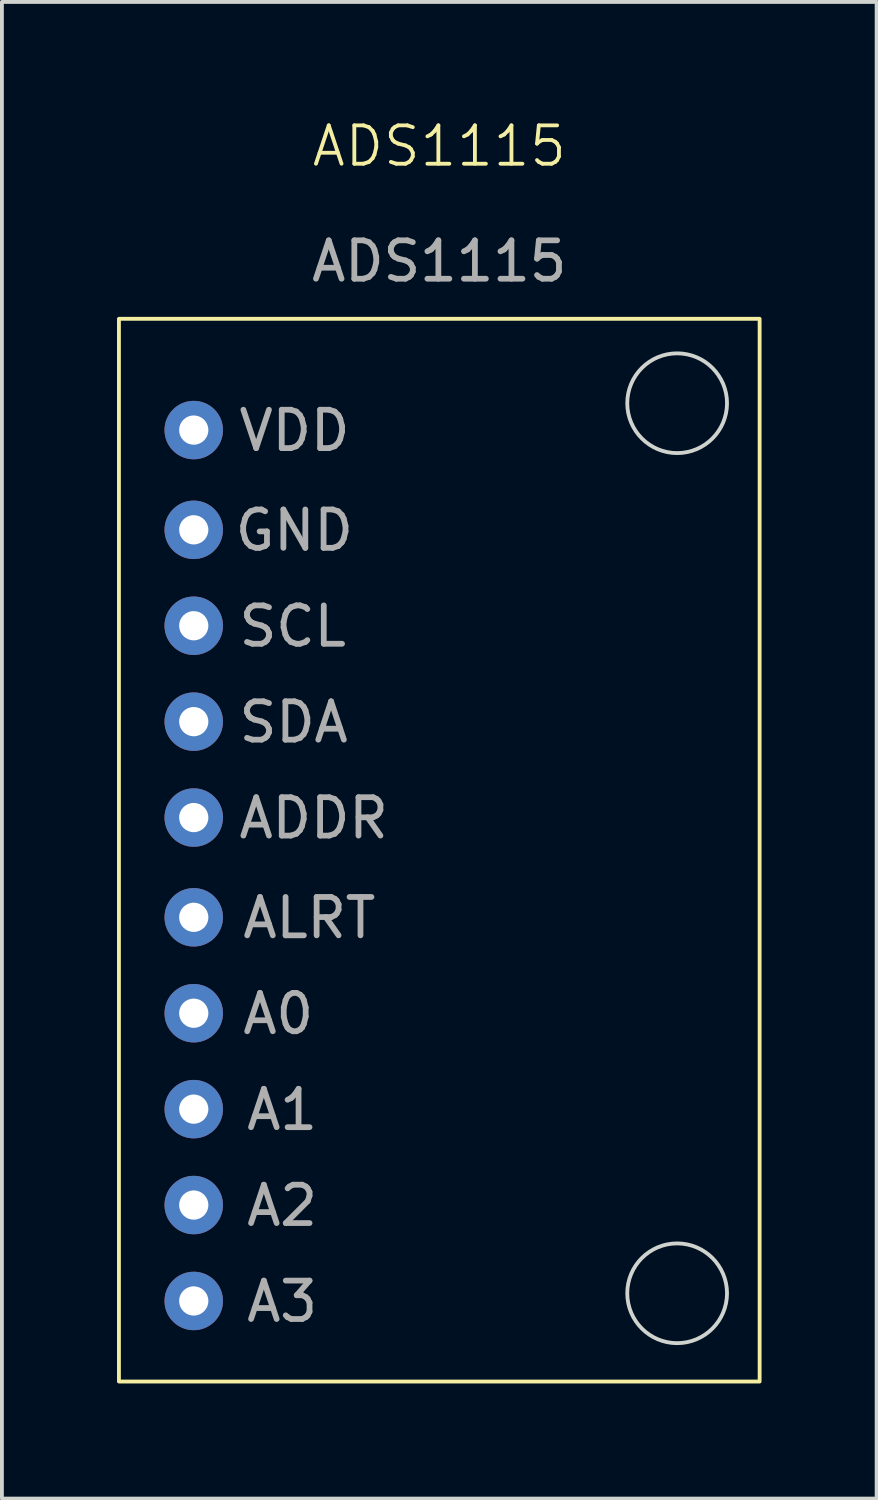
<source format=kicad_pcb>
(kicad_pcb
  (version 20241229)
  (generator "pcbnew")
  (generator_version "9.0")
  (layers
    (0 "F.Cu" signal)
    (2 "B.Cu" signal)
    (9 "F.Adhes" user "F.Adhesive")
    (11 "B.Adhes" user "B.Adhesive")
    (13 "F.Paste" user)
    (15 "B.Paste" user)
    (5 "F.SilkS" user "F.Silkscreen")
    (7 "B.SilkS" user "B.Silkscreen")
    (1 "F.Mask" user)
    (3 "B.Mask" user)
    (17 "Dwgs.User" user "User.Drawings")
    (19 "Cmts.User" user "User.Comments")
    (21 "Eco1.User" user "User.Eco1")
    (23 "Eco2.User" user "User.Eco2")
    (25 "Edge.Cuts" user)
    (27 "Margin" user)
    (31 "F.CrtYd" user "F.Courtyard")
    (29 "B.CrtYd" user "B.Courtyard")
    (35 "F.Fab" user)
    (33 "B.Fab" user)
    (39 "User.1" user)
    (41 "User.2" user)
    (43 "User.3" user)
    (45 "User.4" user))
  (footprint "ADS1115"
    (layer "F.Cu")
    (at 8.4 1.26)
    (property "Reference" "ADS1115" (at 0 -0.5 0) (unlocked yes) (layer "F.SilkS") (effects (font (size 1 1) (thickness 0.1))))
    (attr through_hole)
    (fp_rect (start -8.35 4) (end 8.35 31.7) (stroke (width 0.1) (type default)) (fill no) (layer "F.SilkS"))
    (fp_circle (center 6.2 6.2) (end 7.5 6.2) (stroke (width 0.1) (type default)) (fill no) (layer "Edge.Cuts"))
    (fp_circle (center 6.2 29.4) (end 7.5 29.4) (stroke (width 0.1) (type default)) (fill no) (layer "Edge.Cuts"))
    (fp_text user "GND" (at -5.4 10.1 0) (unlocked yes) (layer "F.Fab") (effects (font (size 1 1) (thickness 0.15)) (justify left bottom)))
    (fp_text user "SDA" (at -5.3 15.1 0) (unlocked yes) (layer "F.Fab") (effects (font (size 1 1) (thickness 0.15)) (justify left bottom)))
    (fp_text user "A1" (at -5.1 25.2 0) (unlocked yes) (layer "F.Fab") (effects (font (size 1 1) (thickness 0.15)) (justify left bottom)))
    (fp_text user "A2" (at -5.1 27.7 0) (unlocked yes) (layer "F.Fab") (effects (font (size 1 1) (thickness 0.15)) (justify left bottom)))
    (fp_text user "SCL" (at -5.3 12.6 0) (unlocked yes) (layer "F.Fab") (effects (font (size 1 1) (thickness 0.15)) (justify left bottom)))
    (fp_text user "VDD" (at -5.3 7.5 0) (unlocked yes) (layer "F.Fab") (effects (font (size 1 1) (thickness 0.15)) (justify left bottom)))
    (fp_text user "A3" (at -5.1 30.2 0) (unlocked yes) (layer "F.Fab") (effects (font (size 1 1) (thickness 0.15)) (justify left bottom)))
    (fp_text user "${REFERENCE}" (at 0 2.5 0) (unlocked yes) (layer "F.Fab") (effects (font (size 1 1) (thickness 0.15))))
    (fp_text user "ADDR" (at -5.3 17.6 0) (unlocked yes) (layer "F.Fab") (effects (font (size 1 1) (thickness 0.15)) (justify left bottom)))
    (fp_text user "A0" (at -5.2 22.7 0) (unlocked yes) (layer "F.Fab") (effects (font (size 1 1) (thickness 0.15)) (justify left bottom)))
    (fp_text user "ALRT" (at -5.2 20.2 0) (unlocked yes) (layer "F.Fab") (effects (font (size 1 1) (thickness 0.15)) (justify left bottom)))
    (pad "1" thru_hole circle (at -6.4 6.9 180) (size 1.524 1.524) (drill 0.762) (layers "*.Cu" "*.Mask"))
    (pad "2" thru_hole circle (at -6.4 9.5 180) (size 1.524 1.524) (drill 0.762) (layers "*.Cu" "*.Mask"))
    (pad "3" thru_hole circle (at -6.4 12 180) (size 1.524 1.524) (drill 0.762) (layers "*.Cu" "*.Mask"))
    (pad "4" thru_hole circle (at -6.4 14.5 180) (size 1.524 1.524) (drill 0.762) (layers "*.Cu" "*.Mask"))
    (pad "5" thru_hole circle (at -6.4 17 180) (size 1.524 1.524) (drill 0.762) (layers "*.Cu" "*.Mask"))
    (pad "6" thru_hole circle (at -6.4 19.6) (size 1.524 1.524) (drill 0.762) (layers "*.Cu" "*.Mask"))
    (pad "7" thru_hole circle (at -6.4 22.1) (size 1.524 1.524) (drill 0.762) (layers "*.Cu" "*.Mask"))
    (pad "8" thru_hole circle (at -6.4 24.6) (size 1.524 1.524) (drill 0.762) (layers "*.Cu" "*.Mask"))
    (pad "9" thru_hole circle (at -6.4 27.1) (size 1.524 1.524) (drill 0.762) (layers "*.Cu" "*.Mask"))
    (pad "10" thru_hole circle (at -6.4 29.6) (size 1.524 1.524) (drill 0.762) (layers "*.Cu" "*.Mask")))
  (gr_rect
    (start -3 -3)
    (end 19.8 36.011)
    (stroke (width 0.1) (type default))
    (fill no)
    (layer "Edge.Cuts")))
</source>
